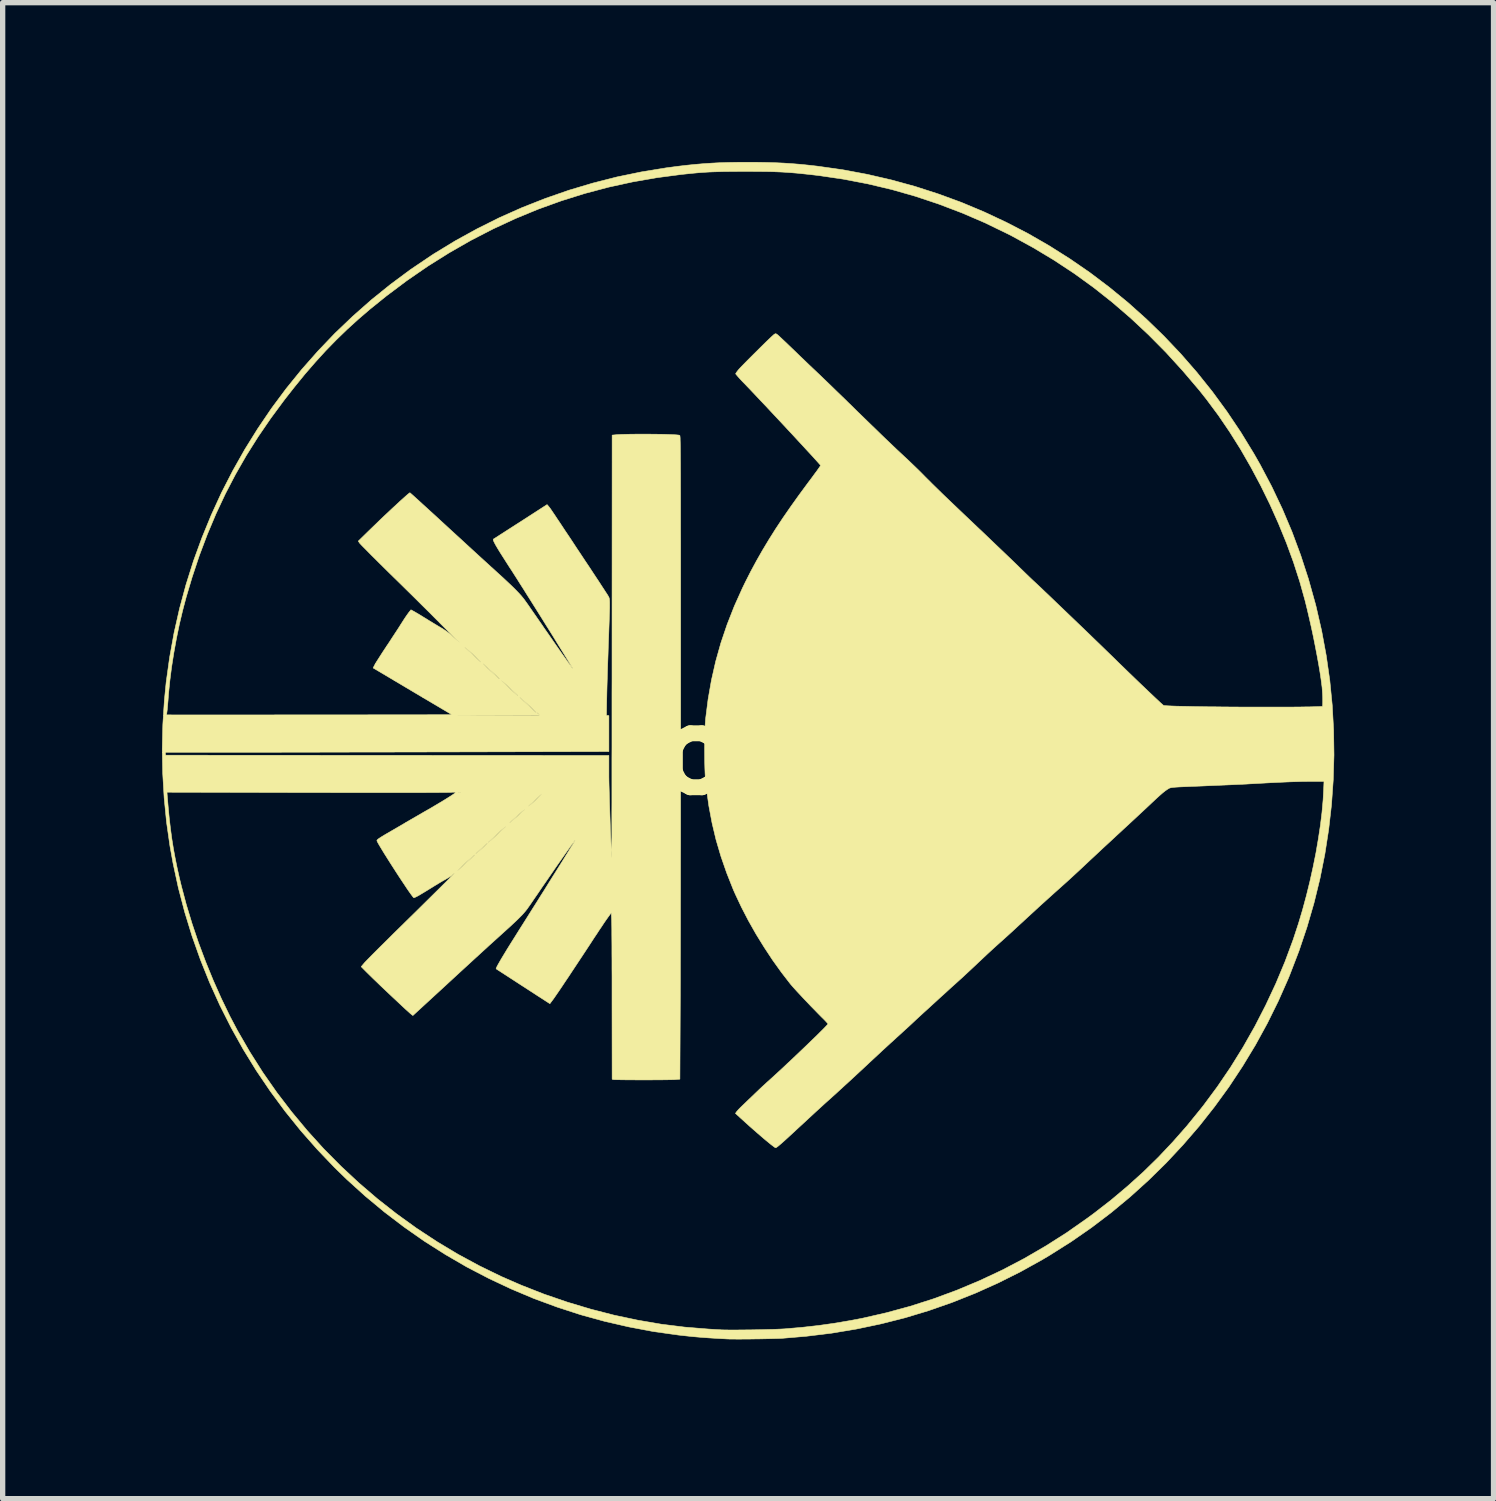
<source format=kicad_pcb>
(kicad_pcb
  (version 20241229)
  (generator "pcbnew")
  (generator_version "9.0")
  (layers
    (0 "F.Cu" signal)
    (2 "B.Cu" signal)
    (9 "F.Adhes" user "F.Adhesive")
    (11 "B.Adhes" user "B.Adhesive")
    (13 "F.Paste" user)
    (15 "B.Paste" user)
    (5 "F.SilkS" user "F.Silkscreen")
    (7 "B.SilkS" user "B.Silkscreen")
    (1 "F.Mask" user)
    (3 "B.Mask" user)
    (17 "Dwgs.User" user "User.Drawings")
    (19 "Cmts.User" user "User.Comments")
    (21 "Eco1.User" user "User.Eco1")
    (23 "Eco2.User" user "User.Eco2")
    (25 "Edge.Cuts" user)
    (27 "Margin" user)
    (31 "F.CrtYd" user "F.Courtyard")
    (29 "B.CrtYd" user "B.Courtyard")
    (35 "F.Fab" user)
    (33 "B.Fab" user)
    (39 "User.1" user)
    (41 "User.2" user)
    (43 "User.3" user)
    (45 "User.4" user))
  (footprint "logo"
    (layer "F.Cu")
    (at 11.036 11.084)
    (property "Reference" "logo" (at 0 0 0) (layer "F.SilkS") (effects (font (size 1.524 1.524) (thickness 0.3))))
    (attr through_hole)
    (fp_poly (pts (xy 0.187 -11.078) (xy 0.358 -11.075) (xy 0.518 -11.07) (xy 0.67 -11.063) (xy 0.82 -11.053) (xy 0.972 -11.041) (xy 1.13 -11.025) (xy 1.299 -11.006) (xy 1.321 -11.003) (xy 1.786 -10.937) (xy 2.245 -10.851) (xy 2.699 -10.746) (xy 3.146 -10.623) (xy 3.586 -10.481) (xy 4.019 -10.322) (xy 4.444 -10.144) (xy 4.86 -9.949) (xy 5.268 -9.738) (xy 5.666 -9.509) (xy 6.054 -9.264) (xy 6.432 -9.004) (xy 6.799 -8.727) (xy 7.154 -8.436) (xy 7.497 -8.129) (xy 7.828 -7.808) (xy 8.146 -7.473) (xy 8.451 -7.123) (xy 8.741 -6.761) (xy 9.017 -6.384) (xy 9.278 -5.995) (xy 9.523 -5.594) (xy 9.641 -5.387) (xy 9.86 -4.972) (xy 10.06 -4.55) (xy 10.242 -4.119) (xy 10.405 -3.68) (xy 10.551 -3.232) (xy 10.679 -2.774) (xy 10.694 -2.717) (xy 10.8 -2.255) (xy 10.886 -1.79) (xy 10.953 -1.323) (xy 10.999 -0.855) (xy 11.025 -0.386) (xy 11.032 0.083) (xy 11.018 0.551) (xy 10.985 1.019) (xy 10.932 1.485) (xy 10.86 1.949) (xy 10.768 2.41) (xy 10.656 2.868) (xy 10.524 3.322) (xy 10.373 3.771) (xy 10.202 4.216) (xy 10.173 4.288) (xy 9.984 4.715) (xy 9.777 5.134) (xy 9.553 5.543) (xy 9.312 5.941) (xy 9.055 6.33) (xy 8.781 6.707) (xy 8.493 7.072) (xy 8.189 7.424) (xy 7.871 7.764) (xy 7.539 8.09) (xy 7.194 8.402) (xy 6.836 8.699) (xy 6.465 8.981) (xy 6.083 9.246) (xy 5.689 9.495) (xy 5.542 9.583) (xy 5.126 9.814) (xy 4.704 10.025) (xy 4.276 10.217) (xy 3.841 10.39) (xy 3.401 10.544) (xy 2.954 10.679) (xy 2.5 10.794) (xy 2.039 10.891) (xy 1.571 10.969) (xy 1.095 11.027) (xy 0.66 11.064) (xy 0.615 11.067) (xy 0.553 11.069) (xy 0.477 11.071) (xy 0.39 11.073) (xy 0.296 11.075) (xy 0.198 11.077) (xy 0.098 11.078) (xy 0.000014 11.08) (xy -0.094 11.08) (xy -0.179 11.081) (xy -0.255 11.08) (xy -0.316 11.08) (xy -0.361 11.079) (xy -0.366 11.079) (xy -0.558 11.069) (xy -0.734 11.058) (xy -0.899 11.046) (xy -1.057 11.032) (xy -1.213 11.015) (xy -1.321 11.003) (xy -1.787 10.937) (xy -2.248 10.85) (xy -2.704 10.745) (xy -3.154 10.621) (xy -3.597 10.477) (xy -4.034 10.316) (xy -4.463 10.135) (xy -4.884 9.937) (xy -5.297 9.722) (xy -5.7 9.488) (xy -6.094 9.238) (xy -6.477 8.97) (xy -6.85 8.686) (xy -7.211 8.386) (xy -7.56 8.07) (xy -7.782 7.854) (xy -8.11 7.511) (xy -8.422 7.157) (xy -8.718 6.79) (xy -8.997 6.412) (xy -9.26 6.024) (xy -9.506 5.624) (xy -9.734 5.215) (xy -9.945 4.797) (xy -10.138 4.37) (xy -10.313 3.934) (xy -10.47 3.491) (xy -10.608 3.04) (xy -10.728 2.582) (xy -10.828 2.119) (xy -10.886 1.797) (xy -10.95 1.348) (xy -10.995 0.892) (xy -11.022 0.433) (xy -11.03 0.03) (xy -10.974 0.03) (xy -10.968 0.086) (xy -2.621 0.091) (xy -2.621 0.433) (xy -2.621 0.492) (xy -2.62 0.567) (xy -2.618 0.656) (xy -2.615 0.756) (xy -2.612 0.866) (xy -2.609 0.982) (xy -2.605 1.103) (xy -2.601 1.226) (xy -2.597 1.349) (xy -2.593 1.468) (xy -2.588 1.583) (xy -2.584 1.69) (xy -2.58 1.788) (xy -2.576 1.873) (xy -2.572 1.944) (xy -2.569 1.998) (xy -2.567 2.017) (xy -2.567 2.01) (xy -2.567 1.983) (xy -2.566 1.937) (xy -2.566 1.873) (xy -2.566 1.791) (xy -2.566 1.693) (xy -2.565 1.578) (xy -2.565 1.447) (xy -2.565 1.302) (xy -2.565 1.143) (xy -2.564 0.969) (xy -2.564 0.783) (xy -2.564 0.585) (xy -2.564 0.375) (xy -2.564 0.155) (xy -2.563 -0.076) (xy -2.563 -0.316) (xy -2.563 -0.565) (xy -2.563 -0.823) (xy -2.563 -1.087) (xy -2.562 -1.359) (xy -2.562 -1.636) (xy -2.562 -1.92) (xy -2.562 -1.942) (xy -2.56 -5.941) (xy -2.497 -5.947) (xy -2.448 -5.951) (xy -2.384 -5.954) (xy -2.309 -5.956) (xy -2.224 -5.958) (xy -2.131 -5.959) (xy -2.034 -5.959) (xy -1.934 -5.96) (xy -1.833 -5.959) (xy -1.735 -5.958) (xy -1.64 -5.957) (xy -1.552 -5.955) (xy -1.472 -5.952) (xy -1.404 -5.949) (xy -1.349 -5.946) (xy -1.31 -5.942) (xy -1.288 -5.938) (xy -1.288 -5.938) (xy -1.286 -5.937) (xy -1.285 -5.934) (xy -1.284 -5.929) (xy -1.283 -5.921) (xy -1.281 -5.91) (xy -1.28 -5.895) (xy -1.279 -5.876) (xy -1.279 -5.852) (xy -1.278 -5.822) (xy -1.277 -5.786) (xy -1.276 -5.744) (xy -1.275 -5.694) (xy -1.275 -5.637) (xy -1.274 -5.571) (xy -1.274 -5.497) (xy -1.273 -5.413) (xy -1.273 -5.32) (xy -1.272 -5.216) (xy -1.272 -5.101) (xy -1.272 -4.974) (xy -1.271 -4.835) (xy -1.271 -4.684) (xy -1.271 -4.519) (xy -1.271 -4.341) (xy -1.271 -4.148) (xy -1.27 -3.941) (xy -1.27 -3.718) (xy -1.27 -3.479) (xy -1.27 -3.223) (xy -1.27 -2.951) (xy -1.27 -2.661) (xy -1.27 -2.352) (xy -1.27 -2.025) (xy -1.27 -1.679) (xy -1.27 -1.352) (xy -1.27 -1.033) (xy -1.27 -0.713) (xy -1.27 -0.392) (xy -1.27 -0.073) (xy -1.27 0.246) (xy -1.271 0.561) (xy -1.271 0.874) (xy -1.271 1.181) (xy -1.271 1.484) (xy -1.271 1.78) (xy -1.272 2.069) (xy -1.272 2.349) (xy -1.272 2.621) (xy -1.273 2.882) (xy -1.273 3.132) (xy -1.273 3.37) (xy -1.274 3.596) (xy -1.274 3.807) (xy -1.275 4.004) (xy -1.275 4.184) (xy -1.275 4.348) (xy -1.276 4.494) (xy -1.276 4.622) (xy -1.277 4.707) (xy -1.284 6.186) (xy -1.366 6.193) (xy -1.392 6.195) (xy -1.435 6.196) (xy -1.492 6.197) (xy -1.562 6.198) (xy -1.641 6.199) (xy -1.728 6.199) (xy -1.82 6.2) (xy -1.916 6.2) (xy -2.012 6.2) (xy -2.106 6.2) (xy -2.197 6.199) (xy -2.282 6.199) (xy -2.359 6.198) (xy -2.425 6.197) (xy -2.478 6.196) (xy -2.516 6.195) (xy -2.537 6.193) (xy -2.54 6.193) (xy -2.56 6.186) (xy -2.562 4.762) (xy -2.562 4.591) (xy -2.562 4.423) (xy -2.562 4.261) (xy -2.563 4.105) (xy -2.563 3.957) (xy -2.564 3.818) (xy -2.564 3.69) (xy -2.565 3.573) (xy -2.566 3.469) (xy -2.566 3.379) (xy -2.567 3.305) (xy -2.568 3.248) (xy -2.569 3.209) (xy -2.569 3.195) (xy -2.576 3.053) (xy -2.632 3.129) (xy -2.651 3.156) (xy -2.68 3.197) (xy -2.716 3.249) (xy -2.757 3.312) (xy -2.804 3.381) (xy -2.852 3.455) (xy -2.896 3.52) (xy -2.983 3.654) (xy -3.069 3.785) (xy -3.153 3.912) (xy -3.233 4.033) (xy -3.31 4.149) (xy -3.381 4.257) (xy -3.448 4.356) (xy -3.507 4.445) (xy -3.559 4.522) (xy -3.604 4.587) (xy -3.639 4.638) (xy -3.664 4.674) (xy -3.673 4.686) (xy -3.732 4.765) (xy -3.758 4.748) (xy -3.772 4.739) (xy -3.8 4.721) (xy -3.843 4.693) (xy -3.897 4.658) (xy -3.963 4.616) (xy -4.036 4.568) (xy -4.118 4.515) (xy -4.204 4.459) (xy -4.262 4.422) (xy -4.351 4.364) (xy -4.434 4.31) (xy -4.511 4.26) (xy -4.579 4.216) (xy -4.638 4.178) (xy -4.685 4.147) (xy -4.72 4.125) (xy -4.74 4.111) (xy -4.744 4.108) (xy -4.743 4.098) (xy -4.733 4.075) (xy -4.714 4.038) (xy -4.685 3.987) (xy -4.647 3.921) (xy -4.598 3.84) (xy -4.54 3.744) (xy -4.471 3.633) (xy -4.391 3.506) (xy -4.301 3.362) (xy -4.218 3.231) (xy -4.167 3.15) (xy -4.108 3.056) (xy -4.042 2.951) (xy -3.971 2.839) (xy -3.898 2.722) (xy -3.824 2.605) (xy -3.753 2.49) (xy -3.685 2.381) (xy -3.67 2.357) (xy -3.61 2.262) (xy -3.553 2.17) (xy -3.498 2.083) (xy -3.448 2.002) (xy -3.403 1.93) (xy -3.365 1.868) (xy -3.334 1.818) (xy -3.311 1.783) (xy -3.3 1.765) (xy -3.275 1.723) (xy -3.26 1.698) (xy -3.256 1.688) (xy -3.261 1.693) (xy -3.277 1.712) (xy -3.302 1.745) (xy -3.336 1.791) (xy -3.378 1.85) (xy -3.428 1.921) (xy -3.486 2.004) (xy -3.551 2.097) (xy -3.623 2.2) (xy -3.701 2.314) (xy -3.785 2.436) (xy -3.875 2.566) (xy -3.969 2.705) (xy -4.006 2.758) (xy -4.045 2.815) (xy -4.079 2.865) (xy -4.109 2.909) (xy -4.137 2.948) (xy -4.163 2.985) (xy -4.19 3.019) (xy -4.219 3.053) (xy -4.249 3.087) (xy -4.284 3.123) (xy -4.324 3.163) (xy -4.37 3.208) (xy -4.424 3.258) (xy -4.486 3.316) (xy -4.559 3.382) (xy -4.643 3.458) (xy -4.74 3.546) (xy -4.842 3.638) (xy -4.879 3.671) (xy -4.928 3.717) (xy -4.99 3.773) (xy -5.062 3.839) (xy -5.143 3.913) (xy -5.231 3.994) (xy -5.325 4.08) (xy -5.423 4.17) (xy -5.524 4.263) (xy -5.625 4.356) (xy -5.669 4.397) (xy -6.312 4.988) (xy -6.339 4.967) (xy -6.361 4.949) (xy -6.396 4.917) (xy -6.442 4.876) (xy -6.497 4.825) (xy -6.56 4.766) (xy -6.628 4.702) (xy -6.701 4.634) (xy -6.775 4.564) (xy -6.85 4.493) (xy -6.924 4.423) (xy -6.994 4.355) (xy -7.06 4.292) (xy -7.118 4.235) (xy -7.168 4.186) (xy -7.206 4.148) (xy -7.285 4.068) (xy -7.221 3.992) (xy -7.204 3.974) (xy -7.174 3.943) (xy -7.132 3.9) (xy -7.079 3.846) (xy -7.015 3.782) (xy -6.943 3.71) (xy -6.863 3.631) (xy -6.776 3.545) (xy -6.684 3.453) (xy -6.587 3.358) (xy -6.487 3.26) (xy -6.466 3.239) (xy -6.363 3.138) (xy -6.262 3.039) (xy -6.164 2.942) (xy -6.069 2.848) (xy -5.98 2.76) (xy -5.898 2.679) (xy -5.823 2.605) (xy -5.758 2.54) (xy -5.703 2.486) (xy -5.66 2.443) (xy -5.63 2.412) (xy -5.629 2.411) (xy -5.589 2.37) (xy -5.558 2.338) (xy -5.537 2.316) (xy -5.528 2.305) (xy -5.531 2.307) (xy -5.538 2.313) (xy -5.572 2.342) (xy -5.617 2.375) (xy -5.666 2.405) (xy -5.686 2.417) (xy -5.723 2.438) (xy -5.774 2.467) (xy -5.832 2.502) (xy -5.895 2.54) (xy -5.958 2.579) (xy -5.966 2.584) (xy -6.055 2.639) (xy -6.128 2.683) (xy -6.186 2.718) (xy -6.231 2.743) (xy -6.264 2.759) (xy -6.285 2.768) (xy -6.297 2.769) (xy -6.299 2.767) (xy -6.317 2.745) (xy -6.344 2.709) (xy -6.379 2.66) (xy -6.42 2.601) (xy -6.465 2.533) (xy -6.515 2.458) (xy -6.568 2.378) (xy -6.622 2.295) (xy -6.643 2.262) (xy -5.476 2.262) (xy -5.469 2.257) (xy -5.449 2.24) (xy -5.419 2.213) (xy -5.379 2.178) (xy -5.334 2.136) (xy -5.309 2.113) (xy -5.26 2.069) (xy -5.217 2.029) (xy -5.182 1.995) (xy -5.156 1.971) (xy -5.143 1.957) (xy -5.141 1.954) (xy -5.148 1.959) (xy -5.168 1.976) (xy -5.199 2.003) (xy -5.238 2.039) (xy -5.284 2.08) (xy -5.309 2.103) (xy -5.357 2.148) (xy -5.4 2.188) (xy -5.435 2.221) (xy -5.461 2.246) (xy -5.474 2.26) (xy -5.476 2.262) (xy -6.643 2.262) (xy -6.676 2.211) (xy -6.73 2.127) (xy -6.782 2.045) (xy -6.83 1.968) (xy -6.843 1.948) (xy -5.131 1.948) (xy -5.124 1.943) (xy -5.105 1.927) (xy -5.076 1.901) (xy -5.04 1.868) (xy -5.019 1.849) (xy -4.98 1.813) (xy -4.947 1.781) (xy -4.922 1.757) (xy -4.909 1.743) (xy -4.907 1.74) (xy -4.914 1.745) (xy -4.933 1.761) (xy -4.962 1.787) (xy -4.999 1.82) (xy -5.019 1.839) (xy -5.058 1.875) (xy -5.091 1.907) (xy -5.116 1.931) (xy -5.129 1.945) (xy -5.131 1.948) (xy -6.843 1.948) (xy -6.875 1.896) (xy -6.913 1.833) (xy -6.946 1.778) (xy -6.97 1.736) (xy -6.971 1.734) (xy -4.897 1.734) (xy -4.89 1.729) (xy -4.87 1.712) (xy -4.839 1.685) (xy -4.8 1.649) (xy -4.755 1.608) (xy -4.729 1.585) (xy -4.681 1.54) (xy -4.638 1.5) (xy -4.603 1.467) (xy -4.577 1.442) (xy -4.564 1.428) (xy -4.562 1.426) (xy -4.569 1.431) (xy -4.589 1.448) (xy -4.619 1.475) (xy -4.659 1.51) (xy -4.704 1.552) (xy -4.729 1.575) (xy -4.778 1.619) (xy -4.821 1.659) (xy -4.856 1.693) (xy -4.882 1.717) (xy -4.895 1.731) (xy -4.897 1.734) (xy -6.971 1.734) (xy -6.985 1.706) (xy -6.99 1.692) (xy -6.981 1.678) (xy -6.953 1.655) (xy -6.907 1.625) (xy -6.843 1.586) (xy -6.797 1.559) (xy -6.765 1.541) (xy -6.719 1.514) (xy -6.662 1.481) (xy -6.597 1.443) (xy -6.528 1.403) (xy -6.462 1.364) (xy -4.493 1.364) (xy -4.483 1.357) (xy -4.461 1.338) (xy -4.427 1.308) (xy -4.405 1.288) (xy -4.355 1.244) (xy -4.308 1.202) (xy -4.266 1.164) (xy -4.233 1.134) (xy -4.212 1.114) (xy -4.212 1.114) (xy -4.204 1.106) (xy -4.21 1.11) (xy -4.229 1.125) (xy -4.258 1.15) (xy -4.277 1.167) (xy -4.327 1.21) (xy -4.381 1.258) (xy -4.432 1.305) (xy -4.47 1.341) (xy -4.489 1.359) (xy -4.493 1.364) (xy -6.462 1.364) (xy -6.458 1.362) (xy -6.457 1.361) (xy -6.382 1.317) (xy -6.304 1.272) (xy -6.228 1.228) (xy -6.157 1.187) (xy -6.096 1.151) (xy -6.055 1.128) (xy -5.961 1.074) (xy -5.919 1.049) (xy -4.137 1.049) (xy -4.128 1.043) (xy -4.105 1.024) (xy -4.095 1.015) (xy -4.054 0.979) (xy -4.006 0.936) (xy -3.959 0.891) (xy -3.932 0.865) (xy -3.903 0.836) (xy -3.886 0.819) (xy -3.882 0.814) (xy -3.892 0.823) (xy -3.916 0.844) (xy -3.954 0.879) (xy -3.962 0.886) (xy -4.025 0.944) (xy -4.075 0.989) (xy -4.11 1.022) (xy -4.13 1.042) (xy -4.137 1.049) (xy -5.919 1.049) (xy -5.872 1.021) (xy -5.788 0.971) (xy -5.712 0.925) (xy -5.645 0.883) (xy -5.588 0.847) (xy -5.545 0.818) (xy -5.516 0.797) (xy -5.506 0.788) (xy -5.463 0.788) (xy -5.451 0.789) (xy -5.436 0.79) (xy -5.414 0.789) (xy -5.408 0.787) (xy -5.413 0.785) (xy -5.442 0.784) (xy -5.458 0.785) (xy -5.463 0.788) (xy -5.506 0.788) (xy -5.503 0.785) (xy -5.511 0.782) (xy -5.534 0.782) (xy -5.57 0.783) (xy -5.607 0.786) (xy -5.626 0.786) (xy -5.665 0.787) (xy -5.723 0.788) (xy -5.798 0.788) (xy -5.89 0.789) (xy -5.998 0.789) (xy -6.121 0.79) (xy -6.258 0.79) (xy -6.408 0.79) (xy -6.57 0.79) (xy -6.743 0.79) (xy -6.927 0.79) (xy -7.121 0.79) (xy -7.323 0.79) (xy -7.533 0.79) (xy -7.75 0.79) (xy -7.973 0.789) (xy -8.201 0.789) (xy -8.329 0.789) (xy -10.942 0.783) (xy -10.937 0.851) (xy -10.918 1.075) (xy -10.898 1.283) (xy -10.875 1.477) (xy -10.85 1.663) (xy -10.821 1.844) (xy -10.788 2.023) (xy -10.751 2.205) (xy -10.709 2.393) (xy -10.671 2.55) (xy -10.578 2.9) (xy -10.47 3.256) (xy -10.349 3.615) (xy -10.215 3.973) (xy -10.071 4.325) (xy -9.918 4.668) (xy -9.758 4.999) (xy -9.616 5.268) (xy -9.385 5.668) (xy -9.138 6.058) (xy -8.874 6.436) (xy -8.594 6.802) (xy -8.299 7.156) (xy -7.99 7.498) (xy -7.666 7.825) (xy -7.329 8.139) (xy -6.979 8.439) (xy -6.617 8.723) (xy -6.244 8.992) (xy -5.859 9.245) (xy -5.464 9.482) (xy -5.059 9.701) (xy -4.644 9.903) (xy -4.272 10.065) (xy -3.841 10.234) (xy -3.404 10.384) (xy -2.964 10.516) (xy -2.521 10.63) (xy -2.077 10.724) (xy -1.632 10.8) (xy -1.189 10.855) (xy -0.747 10.891) (xy -0.747 10.891) (xy -0.683 10.895) (xy -0.621 10.899) (xy -0.567 10.902) (xy -0.524 10.904) (xy -0.503 10.906) (xy -0.462 10.907) (xy -0.403 10.908) (xy -0.33 10.909) (xy -0.244 10.909) (xy -0.15 10.908) (xy -0.048 10.907) (xy 0.057 10.906) (xy 0.164 10.904) (xy 0.269 10.902) (xy 0.369 10.899) (xy 0.463 10.897) (xy 0.547 10.894) (xy 0.618 10.891) (xy 0.674 10.888) (xy 0.691 10.887) (xy 1.016 10.859) (xy 1.328 10.824) (xy 1.631 10.781) (xy 1.931 10.73) (xy 2.151 10.688) (xy 2.605 10.584) (xy 3.053 10.462) (xy 3.496 10.32) (xy 3.932 10.159) (xy 4.361 9.979) (xy 4.783 9.781) (xy 5.197 9.564) (xy 5.603 9.328) (xy 6.001 9.075) (xy 6.389 8.803) (xy 6.518 8.708) (xy 6.841 8.457) (xy 7.147 8.199) (xy 7.44 7.935) (xy 7.722 7.659) (xy 7.994 7.371) (xy 8.26 7.069) (xy 8.521 6.748) (xy 8.578 6.676) (xy 8.838 6.325) (xy 9.086 5.96) (xy 9.321 5.581) (xy 9.542 5.191) (xy 9.747 4.792) (xy 9.937 4.386) (xy 10.109 3.975) (xy 10.263 3.56) (xy 10.363 3.256) (xy 10.44 2.998) (xy 10.512 2.732) (xy 10.578 2.464) (xy 10.638 2.194) (xy 10.692 1.926) (xy 10.737 1.663) (xy 10.776 1.407) (xy 10.806 1.161) (xy 10.827 0.928) (xy 10.837 0.744) (xy 10.844 0.579) (xy 10.596 0.579) (xy 10.515 0.58) (xy 10.426 0.581) (xy 10.33 0.584) (xy 10.223 0.587) (xy 10.104 0.592) (xy 9.971 0.598) (xy 9.824 0.605) (xy 9.659 0.614) (xy 9.476 0.624) (xy 9.454 0.625) (xy 9.391 0.629) (xy 9.311 0.633) (xy 9.216 0.637) (xy 9.111 0.642) (xy 8.996 0.647) (xy 8.877 0.652) (xy 8.755 0.657) (xy 8.634 0.662) (xy 8.575 0.665) (xy 8.448 0.67) (xy 8.34 0.674) (xy 8.249 0.678) (xy 8.174 0.681) (xy 8.112 0.684) (xy 8.063 0.687) (xy 8.024 0.69) (xy 7.994 0.693) (xy 7.972 0.696) (xy 7.955 0.7) (xy 7.942 0.703) (xy 7.932 0.707) (xy 7.929 0.709) (xy 7.895 0.729) (xy 7.855 0.757) (xy 7.808 0.794) (xy 7.753 0.842) (xy 7.687 0.902) (xy 7.61 0.974) (xy 7.572 1.01) (xy 7.521 1.058) (xy 7.459 1.116) (xy 7.389 1.181) (xy 7.312 1.253) (xy 7.23 1.329) (xy 7.145 1.408) (xy 7.06 1.486) (xy 7.026 1.518) (xy 6.938 1.599) (xy 6.848 1.683) (xy 6.758 1.766) (xy 6.669 1.848) (xy 6.586 1.926) (xy 6.509 1.998) (xy 6.442 2.06) (xy 6.387 2.112) (xy 6.375 2.123) (xy 6.306 2.188) (xy 6.23 2.259) (xy 6.151 2.332) (xy 6.075 2.402) (xy 6.005 2.466) (xy 5.959 2.507) (xy 5.863 2.593) (xy 5.779 2.668) (xy 5.706 2.734) (xy 5.64 2.793) (xy 5.581 2.847) (xy 5.524 2.898) (xy 5.468 2.949) (xy 5.411 3.002) (xy 5.349 3.059) (xy 5.28 3.122) (xy 5.203 3.193) (xy 5.18 3.215) (xy 5.105 3.283) (xy 5.031 3.352) (xy 4.958 3.419) (xy 4.89 3.481) (xy 4.829 3.536) (xy 4.777 3.583) (xy 4.736 3.619) (xy 4.724 3.63) (xy 4.685 3.665) (xy 4.633 3.712) (xy 4.573 3.767) (xy 4.508 3.827) (xy 4.44 3.891) (xy 4.373 3.954) (xy 4.348 3.977) (xy 4.284 4.038) (xy 4.22 4.098) (xy 4.158 4.156) (xy 4.102 4.208) (xy 4.054 4.253) (xy 4.017 4.287) (xy 4.004 4.298) (xy 3.959 4.339) (xy 3.905 4.388) (xy 3.841 4.445) (xy 3.771 4.509) (xy 3.697 4.577) (xy 3.619 4.647) (xy 3.541 4.719) (xy 3.463 4.79) (xy 3.388 4.859) (xy 3.317 4.923) (xy 3.253 4.982) (xy 3.196 5.034) (xy 3.15 5.077) (xy 3.116 5.109) (xy 3.099 5.125) (xy 3.067 5.155) (xy 3.024 5.195) (xy 2.971 5.243) (xy 2.913 5.296) (xy 2.853 5.351) (xy 2.804 5.395) (xy 2.748 5.447) (xy 2.679 5.509) (xy 2.603 5.579) (xy 2.521 5.654) (xy 2.439 5.731) (xy 2.358 5.806) (xy 2.291 5.868) (xy 2.162 5.989) (xy 2.04 6.102) (xy 1.928 6.206) (xy 1.825 6.3) (xy 1.733 6.384) (xy 1.654 6.457) (xy 1.586 6.518) (xy 1.533 6.566) (xy 1.514 6.583) (xy 1.489 6.605) (xy 1.451 6.639) (xy 1.402 6.684) (xy 1.344 6.737) (xy 1.278 6.797) (xy 1.207 6.863) (xy 1.132 6.932) (xy 1.055 7.004) (xy 1.048 7.01) (xy 0.947 7.103) (xy 0.86 7.184) (xy 0.786 7.252) (xy 0.723 7.31) (xy 0.671 7.357) (xy 0.628 7.395) (xy 0.594 7.424) (xy 0.568 7.446) (xy 0.548 7.461) (xy 0.534 7.471) (xy 0.524 7.476) (xy 0.518 7.477) (xy 0.504 7.471) (xy 0.477 7.451) (xy 0.437 7.421) (xy 0.387 7.38) (xy 0.327 7.331) (xy 0.26 7.274) (xy 0.187 7.211) (xy 0.108 7.142) (xy 0.026 7.07) (xy -0.058 6.994) (xy -0.142 6.918) (xy -0.192 6.872) (xy -0.238 6.83) (xy -0.219 6.802) (xy -0.205 6.785) (xy -0.18 6.757) (xy -0.146 6.722) (xy -0.106 6.683) (xy -0.088 6.666) (xy -0.04 6.62) (xy 0.017 6.565) (xy 0.077 6.508) (xy 0.134 6.453) (xy 0.157 6.431) (xy 0.208 6.382) (xy 0.262 6.331) (xy 0.315 6.283) (xy 0.36 6.241) (xy 0.381 6.223) (xy 0.439 6.17) (xy 0.505 6.11) (xy 0.578 6.043) (xy 0.655 5.972) (xy 0.735 5.896) (xy 0.818 5.819) (xy 0.902 5.739) (xy 0.985 5.66) (xy 1.067 5.582) (xy 1.145 5.507) (xy 1.219 5.435) (xy 1.288 5.369) (xy 1.349 5.308) (xy 1.402 5.256) (xy 1.445 5.212) (xy 1.477 5.178) (xy 1.497 5.156) (xy 1.504 5.146) (xy 1.497 5.135) (xy 1.478 5.113) (xy 1.452 5.085) (xy 1.432 5.064) (xy 1.378 5.011) (xy 1.318 4.95) (xy 1.253 4.883) (xy 1.184 4.813) (xy 1.116 4.741) (xy 1.048 4.67) (xy 0.984 4.601) (xy 0.925 4.538) (xy 0.874 4.482) (xy 0.833 4.436) (xy 0.803 4.401) (xy 0.797 4.394) (xy 0.627 4.174) (xy 0.46 3.941) (xy 0.3 3.698) (xy 0.147 3.45) (xy 0.005 3.199) (xy -0.124 2.95) (xy -0.239 2.706) (xy -0.278 2.618) (xy -0.403 2.303) (xy -0.511 1.992) (xy -0.603 1.68) (xy -0.678 1.365) (xy -0.739 1.041) (xy -0.786 0.707) (xy -0.799 0.589) (xy -0.805 0.516) (xy -0.81 0.427) (xy -0.814 0.324) (xy -0.817 0.211) (xy -0.818 0.092) (xy -0.819 -0.03) (xy -0.818 -0.152) (xy -0.816 -0.269) (xy -0.813 -0.378) (xy -0.809 -0.477) (xy -0.803 -0.56) (xy -0.8 -0.599) (xy -0.753 -0.968) (xy -0.69 -1.328) (xy -0.61 -1.681) (xy -0.512 -2.029) (xy -0.395 -2.375) (xy -0.26 -2.719) (xy -0.105 -3.064) (xy -0.051 -3.175) (xy 0.051 -3.376) (xy 0.158 -3.574) (xy 0.27 -3.771) (xy 0.389 -3.969) (xy 0.516 -4.171) (xy 0.653 -4.378) (xy 0.801 -4.592) (xy 0.961 -4.816) (xy 1.134 -5.051) (xy 1.167 -5.094) (xy 1.215 -5.159) (xy 1.258 -5.218) (xy 1.297 -5.27) (xy 1.328 -5.314) (xy 1.35 -5.346) (xy 1.363 -5.366) (xy 1.365 -5.37) (xy 1.359 -5.379) (xy 1.339 -5.402) (xy 1.308 -5.437) (xy 1.266 -5.483) (xy 1.215 -5.54) (xy 1.155 -5.605) (xy 1.087 -5.678) (xy 1.014 -5.758) (xy 0.935 -5.843) (xy 0.852 -5.933) (xy 0.766 -6.025) (xy 0.678 -6.12) (xy 0.589 -6.215) (xy 0.5 -6.31) (xy 0.413 -6.403) (xy 0.328 -6.494) (xy 0.246 -6.58) (xy 0.169 -6.662) (xy 0.098 -6.737) (xy 0.034 -6.805) (xy -0.023 -6.864) (xy -0.058 -6.901) (xy -0.107 -6.951) (xy -0.15 -6.997) (xy -0.186 -7.037) (xy -0.213 -7.069) (xy -0.23 -7.089) (xy -0.234 -7.097) (xy -0.227 -7.11) (xy -0.21 -7.135) (xy -0.185 -7.167) (xy -0.164 -7.191) (xy -0.14 -7.217) (xy -0.105 -7.253) (xy -0.061 -7.298) (xy -0.01 -7.35) (xy 0.047 -7.407) (xy 0.107 -7.467) (xy 0.169 -7.528) (xy 0.23 -7.589) (xy 0.289 -7.647) (xy 0.344 -7.701) (xy 0.393 -7.748) (xy 0.435 -7.788) (xy 0.467 -7.817) (xy 0.487 -7.835) (xy 0.492 -7.839) (xy 0.512 -7.85) (xy 0.527 -7.849) (xy 0.544 -7.839) (xy 0.558 -7.828) (xy 0.584 -7.805) (xy 0.62 -7.771) (xy 0.666 -7.728) (xy 0.719 -7.678) (xy 0.777 -7.622) (xy 0.825 -7.576) (xy 0.898 -7.506) (xy 0.978 -7.428) (xy 1.062 -7.348) (xy 1.144 -7.269) (xy 1.221 -7.196) (xy 1.289 -7.132) (xy 1.299 -7.122) (xy 1.351 -7.073) (xy 1.415 -7.011) (xy 1.488 -6.941) (xy 1.569 -6.863) (xy 1.654 -6.78) (xy 1.741 -6.696) (xy 1.828 -6.612) (xy 1.911 -6.53) (xy 1.914 -6.528) (xy 2.055 -6.389) (xy 2.184 -6.264) (xy 2.3 -6.151) (xy 2.405 -6.05) (xy 2.499 -5.958) (xy 2.585 -5.875) (xy 2.663 -5.801) (xy 2.734 -5.733) (xy 2.799 -5.671) (xy 2.859 -5.615) (xy 2.916 -5.562) (xy 2.941 -5.538) (xy 3.001 -5.483) (xy 3.07 -5.417) (xy 3.145 -5.345) (xy 3.22 -5.272) (xy 3.29 -5.202) (xy 3.332 -5.159) (xy 3.377 -5.114) (xy 3.421 -5.071) (xy 3.463 -5.028) (xy 3.507 -4.985) (xy 3.552 -4.941) (xy 3.6 -4.894) (xy 3.652 -4.843) (xy 3.709 -4.788) (xy 3.773 -4.727) (xy 3.844 -4.659) (xy 3.924 -4.583) (xy 4.014 -4.497) (xy 4.114 -4.402) (xy 4.227 -4.295) (xy 4.353 -4.175) (xy 4.395 -4.136) (xy 4.486 -4.049) (xy 4.579 -3.96) (xy 4.671 -3.872) (xy 4.76 -3.787) (xy 4.845 -3.706) (xy 4.923 -3.631) (xy 4.992 -3.565) (xy 5.051 -3.508) (xy 5.097 -3.463) (xy 5.1 -3.46) (xy 5.163 -3.399) (xy 5.229 -3.335) (xy 5.295 -3.271) (xy 5.357 -3.212) (xy 5.412 -3.161) (xy 5.446 -3.129) (xy 5.478 -3.099) (xy 5.524 -3.056) (xy 5.581 -3.001) (xy 5.649 -2.937) (xy 5.725 -2.864) (xy 5.809 -2.783) (xy 5.899 -2.697) (xy 5.993 -2.607) (xy 6.091 -2.513) (xy 6.19 -2.418) (xy 6.289 -2.323) (xy 6.387 -2.229) (xy 6.482 -2.137) (xy 6.573 -2.049) (xy 6.658 -1.967) (xy 6.736 -1.891) (xy 6.806 -1.823) (xy 6.866 -1.765) (xy 6.904 -1.728) (xy 6.98 -1.653) (xy 7.06 -1.576) (xy 7.142 -1.496) (xy 7.226 -1.415) (xy 7.309 -1.335) (xy 7.39 -1.257) (xy 7.469 -1.182) (xy 7.543 -1.111) (xy 7.611 -1.047) (xy 7.672 -0.989) (xy 7.725 -0.94) (xy 7.767 -0.9) (xy 7.799 -0.872) (xy 7.818 -0.855) (xy 7.822 -0.852) (xy 7.837 -0.849) (xy 7.871 -0.846) (xy 7.923 -0.843) (xy 7.991 -0.84) (xy 8.073 -0.837) (xy 8.169 -0.835) (xy 8.277 -0.833) (xy 8.396 -0.83) (xy 8.523 -0.828) (xy 8.659 -0.826) (xy 8.801 -0.825) (xy 8.948 -0.823) (xy 9.099 -0.822) (xy 9.252 -0.821) (xy 9.405 -0.82) (xy 9.559 -0.82) (xy 9.71 -0.82) (xy 9.858 -0.82) (xy 10.001 -0.82) (xy 10.139 -0.82) (xy 10.269 -0.821) (xy 10.39 -0.822) (xy 10.5 -0.824) (xy 10.599 -0.825) (xy 10.685 -0.828) (xy 10.757 -0.83) (xy 10.813 -0.833) (xy 10.817 -0.843) (xy 10.819 -0.869) (xy 10.82 -0.909) (xy 10.82 -0.959) (xy 10.819 -1.016) (xy 10.816 -1.076) (xy 10.812 -1.135) (xy 10.808 -1.19) (xy 10.805 -1.214) (xy 10.789 -1.338) (xy 10.768 -1.478) (xy 10.742 -1.632) (xy 10.712 -1.796) (xy 10.679 -1.968) (xy 10.644 -2.144) (xy 10.606 -2.321) (xy 10.566 -2.497) (xy 10.526 -2.668) (xy 10.486 -2.83) (xy 10.386 -3.187) (xy 10.269 -3.549) (xy 10.136 -3.912) (xy 9.988 -4.274) (xy 9.827 -4.634) (xy 9.653 -4.989) (xy 9.468 -5.336) (xy 9.273 -5.675) (xy 9.068 -6.001) (xy 8.855 -6.314) (xy 8.635 -6.61) (xy 8.499 -6.782) (xy 8.186 -7.15) (xy 7.867 -7.5) (xy 7.539 -7.831) (xy 7.203 -8.145) (xy 6.858 -8.442) (xy 6.504 -8.722) (xy 6.139 -8.986) (xy 5.763 -9.234) (xy 5.376 -9.467) (xy 4.976 -9.686) (xy 4.882 -9.734) (xy 4.457 -9.94) (xy 4.027 -10.125) (xy 3.591 -10.291) (xy 3.151 -10.438) (xy 2.706 -10.565) (xy 2.255 -10.672) (xy 1.798 -10.76) (xy 1.336 -10.828) (xy 1.148 -10.85) (xy 1.032 -10.862) (xy 0.927 -10.873) (xy 0.829 -10.881) (xy 0.735 -10.888) (xy 0.643 -10.894) (xy 0.55 -10.898) (xy 0.451 -10.902) (xy 0.344 -10.904) (xy 0.227 -10.905) (xy 0.095 -10.906) (xy -0.051 -10.906) (xy -0.2 -10.906) (xy -0.333 -10.905) (xy -0.451 -10.904) (xy -0.558 -10.901) (xy -0.657 -10.898) (xy -0.752 -10.894) (xy -0.845 -10.888) (xy -0.939 -10.881) (xy -1.037 -10.872) (xy -1.143 -10.861) (xy -1.25 -10.85) (xy -1.714 -10.789) (xy -2.174 -10.709) (xy -2.627 -10.61) (xy -3.075 -10.491) (xy -3.516 -10.353) (xy -3.951 -10.196) (xy -4.38 -10.019) (xy -4.803 -9.823) (xy -5.218 -9.609) (xy -5.627 -9.375) (xy -6.029 -9.123) (xy -6.424 -8.851) (xy -6.811 -8.561) (xy -7.127 -8.306) (xy -7.344 -8.119) (xy -7.552 -7.93) (xy -7.754 -7.734) (xy -7.952 -7.531) (xy -8.147 -7.317) (xy -8.343 -7.091) (xy -8.54 -6.849) (xy -8.73 -6.607) (xy -8.987 -6.259) (xy -9.226 -5.91) (xy -9.449 -5.556) (xy -9.654 -5.198) (xy -9.844 -4.833) (xy -10.02 -4.458) (xy -10.182 -4.073) (xy -10.332 -3.676) (xy -10.469 -3.264) (xy -10.581 -2.888) (xy -10.647 -2.639) (xy -10.709 -2.378) (xy -10.764 -2.111) (xy -10.813 -1.841) (xy -10.855 -1.574) (xy -10.888 -1.315) (xy -10.913 -1.067) (xy -10.917 -1.011) (xy -10.922 -0.941) (xy -10.928 -0.876) (xy -10.933 -0.817) (xy -10.937 -0.77) (xy -10.941 -0.738) (xy -10.942 -0.732) (xy -10.946 -0.701) (xy -10.948 -0.679) (xy -10.948 -0.673) (xy -10.938 -0.673) (xy -10.908 -0.673) (xy -10.86 -0.673) (xy -10.794 -0.672) (xy -10.71 -0.672) (xy -10.611 -0.672) (xy -10.497 -0.672) (xy -10.368 -0.672) (xy -10.225 -0.672) (xy -10.07 -0.672) (xy -9.902 -0.672) (xy -9.724 -0.672) (xy -9.535 -0.672) (xy -9.337 -0.672) (xy -9.13 -0.672) (xy -8.916 -0.673) (xy -8.694 -0.673) (xy -8.467 -0.673) (xy -8.261 -0.673) (xy -5.575 -0.676) (xy -6.134 -1.007) (xy -4.301 -1.007) (xy -4.298 -1.003) (xy -4.282 -0.987) (xy -4.255 -0.962) (xy -4.221 -0.929) (xy -4.182 -0.893) (xy -4.141 -0.854) (xy -4.1 -0.816) (xy -4.062 -0.782) (xy -4.031 -0.753) (xy -4.008 -0.732) (xy -3.996 -0.722) (xy -3.995 -0.722) (xy -3.993 -0.726) (xy -4 -0.733) (xy -4.02 -0.753) (xy -4.051 -0.782) (xy -4.091 -0.819) (xy -4.137 -0.861) (xy -4.163 -0.885) (xy -4.209 -0.927) (xy -4.248 -0.961) (xy -4.277 -0.987) (xy -4.295 -1.003) (xy -4.301 -1.007) (xy -6.134 -1.007) (xy -6.318 -1.116) (xy -6.664 -1.322) (xy -4.647 -1.322) (xy -4.643 -1.318) (xy -4.627 -1.302) (xy -4.601 -1.277) (xy -4.566 -1.244) (xy -4.527 -1.208) (xy -4.486 -1.169) (xy -4.445 -1.131) (xy -4.408 -1.097) (xy -4.376 -1.068) (xy -4.353 -1.047) (xy -4.342 -1.037) (xy -4.341 -1.037) (xy -4.338 -1.041) (xy -4.346 -1.048) (xy -4.366 -1.068) (xy -4.397 -1.097) (xy -4.436 -1.134) (xy -4.482 -1.176) (xy -4.508 -1.2) (xy -4.555 -1.242) (xy -4.593 -1.276) (xy -4.622 -1.302) (xy -4.641 -1.318) (xy -4.647 -1.322) (xy -6.664 -1.322) (xy -7.06 -1.557) (xy -7.031 -1.614) (xy -7.019 -1.636) (xy -7.018 -1.637) (xy -4.992 -1.637) (xy -4.989 -1.633) (xy -4.973 -1.617) (xy -4.946 -1.592) (xy -4.912 -1.559) (xy -4.873 -1.523) (xy -4.831 -1.484) (xy -4.791 -1.446) (xy -4.753 -1.412) (xy -4.721 -1.383) (xy -4.699 -1.362) (xy -4.687 -1.352) (xy -4.686 -1.352) (xy -4.684 -1.356) (xy -4.691 -1.363) (xy -4.711 -1.383) (xy -4.742 -1.412) (xy -4.782 -1.449) (xy -4.828 -1.491) (xy -4.854 -1.515) (xy -4.9 -1.557) (xy -4.939 -1.591) (xy -4.968 -1.617) (xy -4.986 -1.633) (xy -4.992 -1.637) (xy -7.018 -1.637) (xy -6.997 -1.673) (xy -6.966 -1.721) (xy -6.929 -1.779) (xy -6.887 -1.845) (xy -6.841 -1.915) (xy -6.816 -1.952) (xy -5.338 -1.952) (xy -5.334 -1.948) (xy -5.318 -1.932) (xy -5.291 -1.906) (xy -5.257 -1.874) (xy -5.218 -1.838) (xy -5.177 -1.799) (xy -5.136 -1.761) (xy -5.099 -1.727) (xy -5.067 -1.698) (xy -5.044 -1.677) (xy -5.032 -1.667) (xy -5.032 -1.667) (xy -5.029 -1.671) (xy -5.036 -1.678) (xy -5.057 -1.698) (xy -5.087 -1.727) (xy -5.127 -1.764) (xy -5.173 -1.806) (xy -5.199 -1.83) (xy -5.246 -1.872) (xy -5.284 -1.906) (xy -5.313 -1.932) (xy -5.332 -1.948) (xy -5.338 -1.952) (xy -6.816 -1.952) (xy -6.806 -1.968) (xy -6.755 -2.044) (xy -6.704 -2.123) (xy -6.654 -2.199) (xy -6.608 -2.269) (xy -6.568 -2.331) (xy -6.536 -2.382) (xy -6.523 -2.402) (xy -6.49 -2.454) (xy -6.456 -2.506) (xy -6.425 -2.551) (xy -6.4 -2.586) (xy -6.393 -2.596) (xy -6.348 -2.652) (xy -6.28 -2.615) (xy -6.248 -2.596) (xy -6.203 -2.57) (xy -6.151 -2.538) (xy -6.096 -2.504) (xy -6.066 -2.486) (xy -6.004 -2.447) (xy -5.936 -2.406) (xy -5.868 -2.365) (xy -5.808 -2.329) (xy -5.792 -2.32) (xy -5.734 -2.284) (xy -5.68 -2.247) (xy -5.626 -2.206) (xy -5.567 -2.156) (xy -5.517 -2.112) (xy -5.475 -2.075) (xy -5.448 -2.051) (xy -5.436 -2.04) (xy -5.438 -2.043) (xy -5.455 -2.06) (xy -5.481 -2.084) (xy -5.518 -2.119) (xy -5.565 -2.166) (xy -5.621 -2.22) (xy -5.682 -2.281) (xy -5.745 -2.344) (xy -5.808 -2.407) (xy -5.818 -2.418) (xy -5.861 -2.461) (xy -5.917 -2.517) (xy -5.984 -2.585) (xy -6.061 -2.661) (xy -6.146 -2.745) (xy -6.237 -2.836) (xy -6.333 -2.931) (xy -6.432 -3.028) (xy -6.533 -3.128) (xy -6.634 -3.227) (xy -6.664 -3.256) (xy -6.759 -3.349) (xy -6.849 -3.438) (xy -6.935 -3.523) (xy -7.015 -3.603) (xy -7.088 -3.675) (xy -7.152 -3.74) (xy -7.207 -3.796) (xy -7.252 -3.841) (xy -7.286 -3.876) (xy -7.306 -3.898) (xy -7.313 -3.905) (xy -7.34 -3.945) (xy -7.152 -4.129) (xy -7.08 -4.199) (xy -7.004 -4.272) (xy -6.927 -4.347) (xy -6.849 -4.421) (xy -6.772 -4.493) (xy -6.698 -4.563) (xy -6.627 -4.628) (xy -6.563 -4.688) (xy -6.505 -4.74) (xy -6.455 -4.785) (xy -6.415 -4.82) (xy -6.386 -4.844) (xy -6.37 -4.855) (xy -6.368 -4.856) (xy -6.36 -4.85) (xy -6.337 -4.83) (xy -6.302 -4.799) (xy -6.256 -4.757) (xy -6.198 -4.705) (xy -6.132 -4.644) (xy -6.057 -4.576) (xy -5.975 -4.501) (xy -5.886 -4.42) (xy -5.793 -4.334) (xy -5.723 -4.27) (xy -5.619 -4.174) (xy -5.513 -4.077) (xy -5.408 -3.981) (xy -5.305 -3.886) (xy -5.206 -3.795) (xy -5.113 -3.71) (xy -5.027 -3.631) (xy -4.95 -3.561) (xy -4.885 -3.502) (xy -4.832 -3.453) (xy -4.821 -3.444) (xy -4.713 -3.345) (xy -4.618 -3.259) (xy -4.536 -3.182) (xy -4.466 -3.116) (xy -4.405 -3.057) (xy -4.354 -3.005) (xy -4.31 -2.959) (xy -4.272 -2.917) (xy -4.239 -2.877) (xy -4.21 -2.84) (xy -4.192 -2.814) (xy -4.168 -2.781) (xy -4.134 -2.733) (xy -4.093 -2.673) (xy -4.045 -2.604) (xy -3.992 -2.528) (xy -3.936 -2.447) (xy -3.878 -2.364) (xy -3.846 -2.316) (xy -3.771 -2.209) (xy -3.699 -2.105) (xy -3.63 -2.005) (xy -3.565 -1.912) (xy -3.505 -1.826) (xy -3.45 -1.749) (xy -3.403 -1.682) (xy -3.363 -1.626) (xy -3.332 -1.583) (xy -3.31 -1.553) (xy -3.299 -1.54) (xy -3.299 -1.539) (xy -3.3 -1.544) (xy -3.312 -1.564) (xy -3.332 -1.599) (xy -3.361 -1.648) (xy -3.398 -1.708) (xy -3.442 -1.78) (xy -3.492 -1.861) (xy -3.548 -1.951) (xy -3.608 -2.048) (xy -3.671 -2.151) (xy -3.738 -2.259) (xy -3.808 -2.37) (xy -3.878 -2.483) (xy -3.95 -2.598) (xy -4.021 -2.711) (xy -4.092 -2.824) (xy -4.161 -2.933) (xy -4.227 -3.039) (xy -4.291 -3.139) (xy -4.35 -3.233) (xy -4.405 -3.319) (xy -4.454 -3.396) (xy -4.486 -3.444) (xy -4.557 -3.555) (xy -4.618 -3.651) (xy -4.669 -3.731) (xy -4.71 -3.798) (xy -4.743 -3.853) (xy -4.767 -3.897) (xy -4.784 -3.93) (xy -4.795 -3.955) (xy -4.798 -3.971) (xy -4.797 -3.981) (xy -4.794 -3.984) (xy -4.783 -3.991) (xy -4.757 -4.007) (xy -4.716 -4.033) (xy -4.664 -4.067) (xy -4.6 -4.108) (xy -4.527 -4.155) (xy -4.446 -4.207) (xy -4.359 -4.263) (xy -4.282 -4.312) (xy -3.785 -4.633) (xy -3.758 -4.602) (xy -3.753 -4.596) (xy -3.748 -4.59) (xy -3.742 -4.582) (xy -3.735 -4.573) (xy -3.726 -4.561) (xy -3.714 -4.544) (xy -3.699 -4.522) (xy -3.681 -4.495) (xy -3.657 -4.46) (xy -3.628 -4.417) (xy -3.594 -4.365) (xy -3.552 -4.303) (xy -3.503 -4.229) (xy -3.447 -4.144) (xy -3.381 -4.046) (xy -3.306 -3.933) (xy -3.222 -3.805) (xy -3.146 -3.691) (xy -3.072 -3.579) (xy -3 -3.472) (xy -2.933 -3.37) (xy -2.87 -3.274) (xy -2.812 -3.187) (xy -2.761 -3.108) (xy -2.717 -3.041) (xy -2.681 -2.985) (xy -2.653 -2.943) (xy -2.636 -2.915) (xy -2.629 -2.904) (xy -2.623 -2.891) (xy -2.617 -2.878) (xy -2.613 -2.862) (xy -2.61 -2.843) (xy -2.608 -2.818) (xy -2.607 -2.785) (xy -2.607 -2.742) (xy -2.607 -2.688) (xy -2.609 -2.622) (xy -2.612 -2.54) (xy -2.615 -2.441) (xy -2.619 -2.332) (xy -2.625 -2.151) (xy -2.632 -1.975) (xy -2.637 -1.805) (xy -2.643 -1.643) (xy -2.648 -1.49) (xy -2.652 -1.349) (xy -2.656 -1.22) (xy -2.659 -1.105) (xy -2.661 -1.005) (xy -2.663 -0.923) (xy -2.664 -0.864) (xy -2.667 -0.665) (xy -2.644 -0.662) (xy -2.621 -0.659) (xy -2.621 0.017) (xy -5.534 0.024) (xy -5.793 0.024) (xy -6.056 0.025) (xy -6.32 0.025) (xy -6.586 0.026) (xy -6.85 0.027) (xy -7.113 0.027) (xy -7.373 0.027) (xy -7.628 0.028) (xy -7.877 0.028) (xy -8.118 0.029) (xy -8.351 0.029) (xy -8.574 0.029) (xy -8.786 0.03) (xy -8.985 0.03) (xy -9.17 0.03) (xy -9.34 0.03) (xy -9.492 0.03) (xy -9.627 0.03) (xy -9.71 0.03) (xy -10.974 0.03) (xy -11.03 0.03) (xy -11.031 -0.028) (xy -11.02 -0.489) (xy -11.009 -0.665) (xy -5.573 -0.665) (xy -4.752 -0.663) (xy -4.625 -0.663) (xy -4.504 -0.663) (xy -4.391 -0.663) (xy -4.286 -0.663) (xy -4.192 -0.663) (xy -4.11 -0.664) (xy -4.042 -0.665) (xy -3.989 -0.666) (xy -3.952 -0.667) (xy -3.934 -0.668) (xy -3.932 -0.669) (xy -3.939 -0.68) (xy -3.956 -0.698) (xy -3.96 -0.702) (xy -3.988 -0.726) (xy -3.963 -0.699) (xy -3.939 -0.671) (xy -4.756 -0.668) (xy -5.573 -0.665) (xy -11.009 -0.665) (xy -10.991 -0.946) (xy -10.957 -1.29) (xy -10.892 -1.758) (xy -10.808 -2.221) (xy -10.705 -2.677) (xy -10.583 -3.128) (xy -10.443 -3.572) (xy -10.284 -4.008) (xy -10.108 -4.437) (xy -9.915 -4.858) (xy -9.704 -5.269) (xy -9.477 -5.671) (xy -9.233 -6.063) (xy -8.974 -6.445) (xy -8.698 -6.816) (xy -8.407 -7.175) (xy -8.101 -7.522) (xy -7.781 -7.857) (xy -7.445 -8.178) (xy -7.096 -8.486) (xy -6.733 -8.779) (xy -6.357 -9.058) (xy -5.967 -9.321) (xy -5.92 -9.352) (xy -5.516 -9.598) (xy -5.104 -9.825) (xy -4.683 -10.035) (xy -4.254 -10.226) (xy -3.817 -10.398) (xy -3.374 -10.552) (xy -2.925 -10.686) (xy -2.47 -10.802) (xy -2.01 -10.897) (xy -1.546 -10.973) (xy -1.321 -11.003) (xy -1.151 -11.023) (xy -0.992 -11.039) (xy -0.839 -11.052) (xy -0.689 -11.062) (xy -0.537 -11.07) (xy -0.379 -11.075) (xy -0.209 -11.078) (xy -0.025 -11.079) (xy 0 -11.079) (xy 0.187 -11.078)) (stroke (width 0.01) (type solid)) (fill yes) (layer "F.SilkS")))
  (gr_rect
    (start -3 -3)
    (end 25.072 25.169)
    (stroke (width 0.1) (type default))
    (fill no)
    (layer "Edge.Cuts")))
</source>
